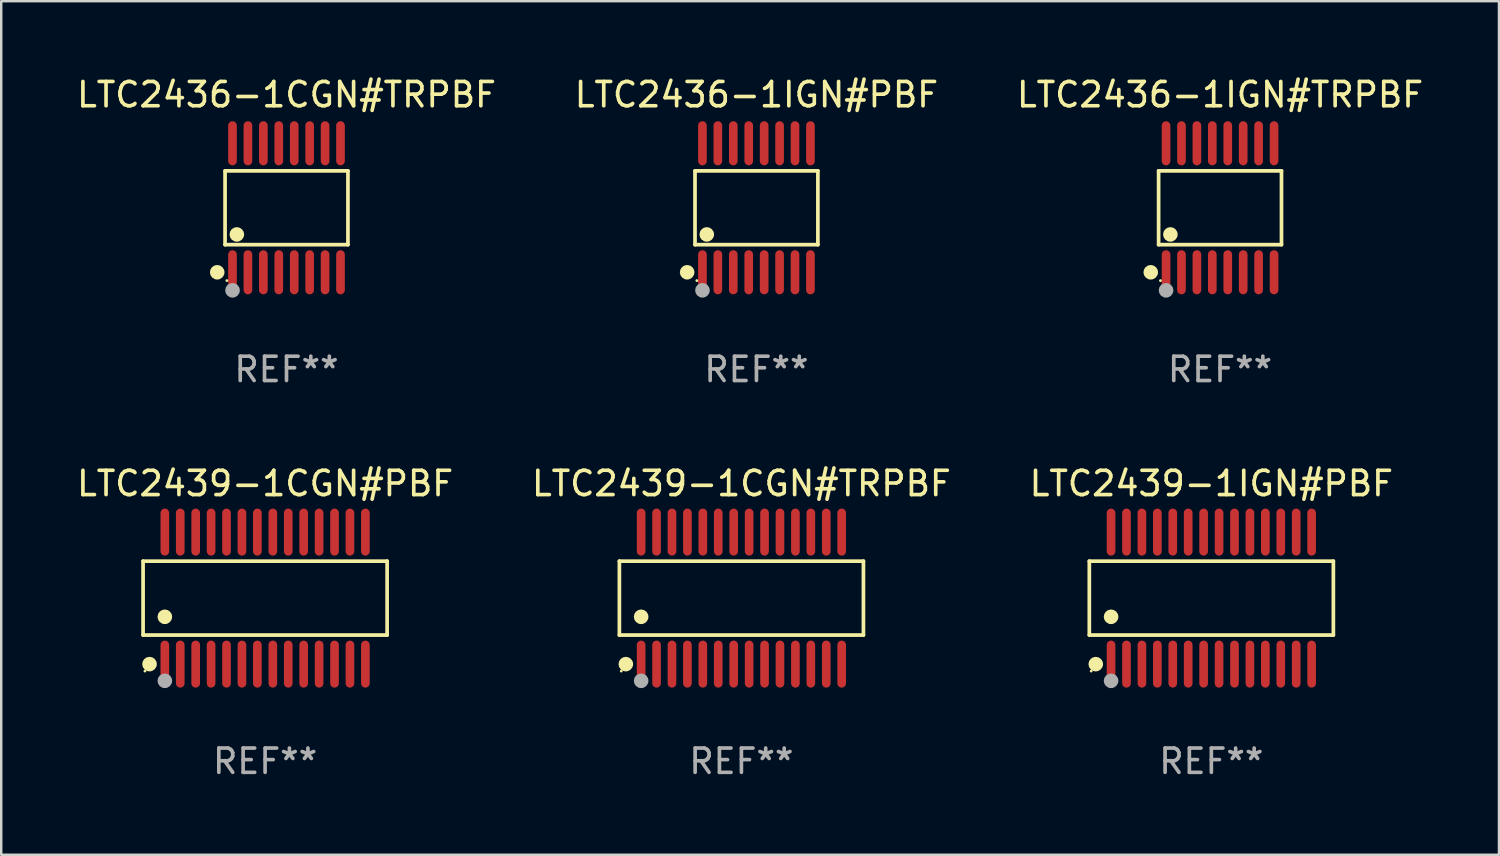
<source format=kicad_pcb>
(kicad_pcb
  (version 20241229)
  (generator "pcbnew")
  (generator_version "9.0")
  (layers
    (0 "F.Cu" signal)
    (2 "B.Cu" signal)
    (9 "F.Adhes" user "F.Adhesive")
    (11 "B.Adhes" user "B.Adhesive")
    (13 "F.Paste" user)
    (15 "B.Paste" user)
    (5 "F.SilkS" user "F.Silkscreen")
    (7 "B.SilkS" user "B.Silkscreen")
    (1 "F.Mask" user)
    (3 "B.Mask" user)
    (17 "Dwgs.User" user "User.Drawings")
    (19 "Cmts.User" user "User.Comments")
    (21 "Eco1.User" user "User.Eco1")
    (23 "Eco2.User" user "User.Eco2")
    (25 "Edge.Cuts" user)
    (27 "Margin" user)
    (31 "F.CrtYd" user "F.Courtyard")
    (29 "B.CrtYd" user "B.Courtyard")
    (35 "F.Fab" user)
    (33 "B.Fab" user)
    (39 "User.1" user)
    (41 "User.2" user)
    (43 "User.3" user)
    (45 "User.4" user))
  (footprint "LTC2439-1CGN#TRPBF"
    (layer "F.Cu")
    (at 27.47 21.571)
    (property "Reference" "LTC2439-1CGN#TRPBF" (at 0 -4.717 0) (layer "F.SilkS") (effects (font (size 1 1) (thickness 0.15))))
    (attr through_hole)
    (fp_line (start -5.023 -1.521) (end 5.023 -1.521) (stroke (width 0.152) (type solid)) (layer "F.SilkS"))
    (fp_line (start -5.023 1.521) (end -5.023 -1.521) (stroke (width 0.152) (type solid)) (layer "F.SilkS"))
    (fp_line (start 5.023 -1.521) (end 5.023 1.521) (stroke (width 0.152) (type solid)) (layer "F.SilkS"))
    (fp_line (start 5.023 1.521) (end -5.023 1.521) (stroke (width 0.152) (type solid)) (layer "F.SilkS"))
    (fp_circle (center -4.946 3.004) (end -4.916 3.004) (stroke (width 0.06) (type solid)) (fill no) (layer "F.SilkS"))
    (fp_circle (center -4.758 2.717) (end -4.608 2.717) (stroke (width 0.3) (type solid)) (fill no) (layer "F.SilkS"))
    (fp_circle (center -4.128 0.769) (end -3.977 0.769) (stroke (width 0.3) (type solid)) (fill no) (layer "F.SilkS"))
    (fp_circle (center -4.128 3.404) (end -3.977 3.404) (stroke (width 0.3) (type solid)) (fill no) (layer "F.Fab"))
    (fp_text user "REF**" (at 0 6.717 0) (layer "F.Fab") (effects (font (size 1 1) (thickness 0.15))))
    (pad "1" smd oval (at -4.128 2.717) (size 0.356 1.935) (layers "F.Cu" "F.Mask" "F.Paste"))
    (pad "2" smd oval (at -3.493 2.717) (size 0.356 1.935) (layers "F.Cu" "F.Mask" "F.Paste"))
    (pad "3" smd oval (at -2.858 2.717) (size 0.356 1.935) (layers "F.Cu" "F.Mask" "F.Paste"))
    (pad "4" smd oval (at -2.223 2.717) (size 0.356 1.935) (layers "F.Cu" "F.Mask" "F.Paste"))
    (pad "5" smd oval (at -1.588 2.717) (size 0.356 1.935) (layers "F.Cu" "F.Mask" "F.Paste"))
    (pad "6" smd oval (at -0.953 2.717) (size 0.356 1.935) (layers "F.Cu" "F.Mask" "F.Paste"))
    (pad "7" smd oval (at -0.318 2.717) (size 0.356 1.935) (layers "F.Cu" "F.Mask" "F.Paste"))
    (pad "8" smd oval (at 0.318 2.717) (size 0.356 1.935) (layers "F.Cu" "F.Mask" "F.Paste"))
    (pad "9" smd oval (at 0.953 2.717) (size 0.356 1.935) (layers "F.Cu" "F.Mask" "F.Paste"))
    (pad "10" smd oval (at 1.588 2.717) (size 0.356 1.935) (layers "F.Cu" "F.Mask" "F.Paste"))
    (pad "11" smd oval (at 2.223 2.717) (size 0.356 1.935) (layers "F.Cu" "F.Mask" "F.Paste"))
    (pad "12" smd oval (at 2.858 2.717) (size 0.356 1.935) (layers "F.Cu" "F.Mask" "F.Paste"))
    (pad "13" smd oval (at 3.493 2.717) (size 0.356 1.935) (layers "F.Cu" "F.Mask" "F.Paste"))
    (pad "14" smd oval (at 4.128 2.717) (size 0.356 1.935) (layers "F.Cu" "F.Mask" "F.Paste"))
    (pad "15" smd oval (at 4.128 -2.717) (size 0.356 1.935) (layers "F.Cu" "F.Mask" "F.Paste"))
    (pad "16" smd oval (at 3.493 -2.717) (size 0.356 1.935) (layers "F.Cu" "F.Mask" "F.Paste"))
    (pad "17" smd oval (at 2.858 -2.717) (size 0.356 1.935) (layers "F.Cu" "F.Mask" "F.Paste"))
    (pad "18" smd oval (at 2.223 -2.717) (size 0.356 1.935) (layers "F.Cu" "F.Mask" "F.Paste"))
    (pad "19" smd oval (at 1.588 -2.717) (size 0.356 1.935) (layers "F.Cu" "F.Mask" "F.Paste"))
    (pad "20" smd oval (at 0.953 -2.717) (size 0.356 1.935) (layers "F.Cu" "F.Mask" "F.Paste"))
    (pad "21" smd oval (at 0.318 -2.717) (size 0.356 1.935) (layers "F.Cu" "F.Mask" "F.Paste"))
    (pad "22" smd oval (at -0.318 -2.717) (size 0.356 1.935) (layers "F.Cu" "F.Mask" "F.Paste"))
    (pad "23" smd oval (at -0.953 -2.717) (size 0.356 1.935) (layers "F.Cu" "F.Mask" "F.Paste"))
    (pad "24" smd oval (at -1.588 -2.717) (size 0.356 1.935) (layers "F.Cu" "F.Mask" "F.Paste"))
    (pad "25" smd oval (at -2.223 -2.717) (size 0.356 1.935) (layers "F.Cu" "F.Mask" "F.Paste"))
    (pad "26" smd oval (at -2.858 -2.717) (size 0.356 1.935) (layers "F.Cu" "F.Mask" "F.Paste"))
    (pad "27" smd oval (at -3.493 -2.717) (size 0.356 1.935) (layers "F.Cu" "F.Mask" "F.Paste"))
    (pad "28" smd oval (at -4.128 -2.717) (size 0.356 1.935) (layers "F.Cu" "F.Mask" "F.Paste")))
  (footprint "LTC2439-1CGN#PBF"
    (layer "F.Cu")
    (at 7.863 21.571)
    (property "Reference" "LTC2439-1CGN#PBF" (at 0 -4.717 0) (layer "F.SilkS") (effects (font (size 1 1) (thickness 0.15))))
    (attr through_hole)
    (fp_line (start -5.023 -1.521) (end 5.023 -1.521) (stroke (width 0.152) (type solid)) (layer "F.SilkS"))
    (fp_line (start -5.023 1.521) (end -5.023 -1.521) (stroke (width 0.152) (type solid)) (layer "F.SilkS"))
    (fp_line (start 5.023 -1.521) (end 5.023 1.521) (stroke (width 0.152) (type solid)) (layer "F.SilkS"))
    (fp_line (start 5.023 1.521) (end -5.023 1.521) (stroke (width 0.152) (type solid)) (layer "F.SilkS"))
    (fp_circle (center -4.946 3.004) (end -4.916 3.004) (stroke (width 0.06) (type solid)) (fill no) (layer "F.SilkS"))
    (fp_circle (center -4.758 2.717) (end -4.608 2.717) (stroke (width 0.3) (type solid)) (fill no) (layer "F.SilkS"))
    (fp_circle (center -4.128 0.769) (end -3.977 0.769) (stroke (width 0.3) (type solid)) (fill no) (layer "F.SilkS"))
    (fp_circle (center -4.128 3.404) (end -3.977 3.404) (stroke (width 0.3) (type solid)) (fill no) (layer "F.Fab"))
    (fp_text user "REF**" (at 0 6.717 0) (layer "F.Fab") (effects (font (size 1 1) (thickness 0.15))))
    (pad "1" smd oval (at -4.128 2.717) (size 0.356 1.935) (layers "F.Cu" "F.Mask" "F.Paste"))
    (pad "2" smd oval (at -3.493 2.717) (size 0.356 1.935) (layers "F.Cu" "F.Mask" "F.Paste"))
    (pad "3" smd oval (at -2.858 2.717) (size 0.356 1.935) (layers "F.Cu" "F.Mask" "F.Paste"))
    (pad "4" smd oval (at -2.223 2.717) (size 0.356 1.935) (layers "F.Cu" "F.Mask" "F.Paste"))
    (pad "5" smd oval (at -1.588 2.717) (size 0.356 1.935) (layers "F.Cu" "F.Mask" "F.Paste"))
    (pad "6" smd oval (at -0.953 2.717) (size 0.356 1.935) (layers "F.Cu" "F.Mask" "F.Paste"))
    (pad "7" smd oval (at -0.318 2.717) (size 0.356 1.935) (layers "F.Cu" "F.Mask" "F.Paste"))
    (pad "8" smd oval (at 0.318 2.717) (size 0.356 1.935) (layers "F.Cu" "F.Mask" "F.Paste"))
    (pad "9" smd oval (at 0.953 2.717) (size 0.356 1.935) (layers "F.Cu" "F.Mask" "F.Paste"))
    (pad "10" smd oval (at 1.588 2.717) (size 0.356 1.935) (layers "F.Cu" "F.Mask" "F.Paste"))
    (pad "11" smd oval (at 2.223 2.717) (size 0.356 1.935) (layers "F.Cu" "F.Mask" "F.Paste"))
    (pad "12" smd oval (at 2.858 2.717) (size 0.356 1.935) (layers "F.Cu" "F.Mask" "F.Paste"))
    (pad "13" smd oval (at 3.493 2.717) (size 0.356 1.935) (layers "F.Cu" "F.Mask" "F.Paste"))
    (pad "14" smd oval (at 4.128 2.717) (size 0.356 1.935) (layers "F.Cu" "F.Mask" "F.Paste"))
    (pad "15" smd oval (at 4.128 -2.717) (size 0.356 1.935) (layers "F.Cu" "F.Mask" "F.Paste"))
    (pad "16" smd oval (at 3.493 -2.717) (size 0.356 1.935) (layers "F.Cu" "F.Mask" "F.Paste"))
    (pad "17" smd oval (at 2.858 -2.717) (size 0.356 1.935) (layers "F.Cu" "F.Mask" "F.Paste"))
    (pad "18" smd oval (at 2.223 -2.717) (size 0.356 1.935) (layers "F.Cu" "F.Mask" "F.Paste"))
    (pad "19" smd oval (at 1.588 -2.717) (size 0.356 1.935) (layers "F.Cu" "F.Mask" "F.Paste"))
    (pad "20" smd oval (at 0.953 -2.717) (size 0.356 1.935) (layers "F.Cu" "F.Mask" "F.Paste"))
    (pad "21" smd oval (at 0.318 -2.717) (size 0.356 1.935) (layers "F.Cu" "F.Mask" "F.Paste"))
    (pad "22" smd oval (at -0.318 -2.717) (size 0.356 1.935) (layers "F.Cu" "F.Mask" "F.Paste"))
    (pad "23" smd oval (at -0.953 -2.717) (size 0.356 1.935) (layers "F.Cu" "F.Mask" "F.Paste"))
    (pad "24" smd oval (at -1.588 -2.717) (size 0.356 1.935) (layers "F.Cu" "F.Mask" "F.Paste"))
    (pad "25" smd oval (at -2.223 -2.717) (size 0.356 1.935) (layers "F.Cu" "F.Mask" "F.Paste"))
    (pad "26" smd oval (at -2.858 -2.717) (size 0.356 1.935) (layers "F.Cu" "F.Mask" "F.Paste"))
    (pad "27" smd oval (at -3.493 -2.717) (size 0.356 1.935) (layers "F.Cu" "F.Mask" "F.Paste"))
    (pad "28" smd oval (at -4.128 -2.717) (size 0.356 1.935) (layers "F.Cu" "F.Mask" "F.Paste")))
  (footprint "LTC2436-1IGN#PBF"
    (layer "F.Cu")
    (at 28.089 5.503)
    (property "Reference" "LTC2436-1IGN#PBF" (at 0 -4.655 0) (layer "F.SilkS") (effects (font (size 1 1) (thickness 0.15))))
    (attr through_hole)
    (fp_line (start -2.529 -1.519) (end 2.529 -1.519) (stroke (width 0.152) (type solid)) (layer "F.SilkS"))
    (fp_line (start -2.529 1.519) (end -2.529 -1.519) (stroke (width 0.152) (type solid)) (layer "F.SilkS"))
    (fp_line (start 2.529 -1.519) (end 2.529 1.519) (stroke (width 0.152) (type solid)) (layer "F.SilkS"))
    (fp_line (start 2.529 1.519) (end -2.529 1.519) (stroke (width 0.152) (type solid)) (layer "F.SilkS"))
    (fp_circle (center -2.853 2.655) (end -2.703 2.655) (stroke (width 0.3) (type solid)) (fill no) (layer "F.SilkS"))
    (fp_circle (center -2.453 2.998) (end -2.423 2.998) (stroke (width 0.06) (type solid)) (fill no) (layer "F.SilkS"))
    (fp_circle (center -2.045 1.097) (end -1.895 1.097) (stroke (width 0.3) (type solid)) (fill no) (layer "F.SilkS"))
    (fp_circle (center -2.223 3.398) (end -2.072 3.398) (stroke (width 0.3) (type solid)) (fill no) (layer "F.Fab"))
    (fp_text user "REF**" (at 0 6.655 0) (layer "F.Fab") (effects (font (size 1 1) (thickness 0.15))))
    (pad "1" smd oval (at -2.223 2.655) (size 0.356 1.815) (layers "F.Cu" "F.Mask" "F.Paste"))
    (pad "2" smd oval (at -1.588 2.655) (size 0.356 1.815) (layers "F.Cu" "F.Mask" "F.Paste"))
    (pad "3" smd oval (at -0.953 2.655) (size 0.356 1.815) (layers "F.Cu" "F.Mask" "F.Paste"))
    (pad "4" smd oval (at -0.318 2.655) (size 0.356 1.815) (layers "F.Cu" "F.Mask" "F.Paste"))
    (pad "5" smd oval (at 0.318 2.655) (size 0.356 1.815) (layers "F.Cu" "F.Mask" "F.Paste"))
    (pad "6" smd oval (at 0.953 2.655) (size 0.356 1.815) (layers "F.Cu" "F.Mask" "F.Paste"))
    (pad "7" smd oval (at 1.588 2.655) (size 0.356 1.815) (layers "F.Cu" "F.Mask" "F.Paste"))
    (pad "8" smd oval (at 2.223 2.655) (size 0.356 1.815) (layers "F.Cu" "F.Mask" "F.Paste"))
    (pad "9" smd oval (at 2.223 -2.655) (size 0.356 1.815) (layers "F.Cu" "F.Mask" "F.Paste"))
    (pad "10" smd oval (at 1.588 -2.655) (size 0.356 1.815) (layers "F.Cu" "F.Mask" "F.Paste"))
    (pad "11" smd oval (at 0.953 -2.655) (size 0.356 1.815) (layers "F.Cu" "F.Mask" "F.Paste"))
    (pad "12" smd oval (at 0.318 -2.655) (size 0.356 1.815) (layers "F.Cu" "F.Mask" "F.Paste"))
    (pad "13" smd oval (at -0.318 -2.655) (size 0.356 1.815) (layers "F.Cu" "F.Mask" "F.Paste"))
    (pad "14" smd oval (at -0.953 -2.655) (size 0.356 1.815) (layers "F.Cu" "F.Mask" "F.Paste"))
    (pad "15" smd oval (at -1.588 -2.655) (size 0.356 1.815) (layers "F.Cu" "F.Mask" "F.Paste"))
    (pad "16" smd oval (at -2.223 -2.655) (size 0.356 1.815) (layers "F.Cu" "F.Mask" "F.Paste")))
  (footprint "LTC2439-1IGN#PBF"
    (layer "F.Cu")
    (at 46.815 21.571)
    (property "Reference" "LTC2439-1IGN#PBF" (at 0 -4.717 0) (layer "F.SilkS") (effects (font (size 1 1) (thickness 0.15))))
    (attr through_hole)
    (fp_line (start -5.023 -1.521) (end 5.023 -1.521) (stroke (width 0.152) (type solid)) (layer "F.SilkS"))
    (fp_line (start -5.023 1.521) (end -5.023 -1.521) (stroke (width 0.152) (type solid)) (layer "F.SilkS"))
    (fp_line (start 5.023 -1.521) (end 5.023 1.521) (stroke (width 0.152) (type solid)) (layer "F.SilkS"))
    (fp_line (start 5.023 1.521) (end -5.023 1.521) (stroke (width 0.152) (type solid)) (layer "F.SilkS"))
    (fp_circle (center -4.946 3.004) (end -4.916 3.004) (stroke (width 0.06) (type solid)) (fill no) (layer "F.SilkS"))
    (fp_circle (center -4.758 2.717) (end -4.608 2.717) (stroke (width 0.3) (type solid)) (fill no) (layer "F.SilkS"))
    (fp_circle (center -4.128 0.769) (end -3.977 0.769) (stroke (width 0.3) (type solid)) (fill no) (layer "F.SilkS"))
    (fp_circle (center -4.128 3.404) (end -3.977 3.404) (stroke (width 0.3) (type solid)) (fill no) (layer "F.Fab"))
    (fp_text user "REF**" (at 0 6.717 0) (layer "F.Fab") (effects (font (size 1 1) (thickness 0.15))))
    (pad "1" smd oval (at -4.128 2.717) (size 0.356 1.935) (layers "F.Cu" "F.Mask" "F.Paste"))
    (pad "2" smd oval (at -3.493 2.717) (size 0.356 1.935) (layers "F.Cu" "F.Mask" "F.Paste"))
    (pad "3" smd oval (at -2.858 2.717) (size 0.356 1.935) (layers "F.Cu" "F.Mask" "F.Paste"))
    (pad "4" smd oval (at -2.223 2.717) (size 0.356 1.935) (layers "F.Cu" "F.Mask" "F.Paste"))
    (pad "5" smd oval (at -1.588 2.717) (size 0.356 1.935) (layers "F.Cu" "F.Mask" "F.Paste"))
    (pad "6" smd oval (at -0.953 2.717) (size 0.356 1.935) (layers "F.Cu" "F.Mask" "F.Paste"))
    (pad "7" smd oval (at -0.318 2.717) (size 0.356 1.935) (layers "F.Cu" "F.Mask" "F.Paste"))
    (pad "8" smd oval (at 0.318 2.717) (size 0.356 1.935) (layers "F.Cu" "F.Mask" "F.Paste"))
    (pad "9" smd oval (at 0.953 2.717) (size 0.356 1.935) (layers "F.Cu" "F.Mask" "F.Paste"))
    (pad "10" smd oval (at 1.588 2.717) (size 0.356 1.935) (layers "F.Cu" "F.Mask" "F.Paste"))
    (pad "11" smd oval (at 2.223 2.717) (size 0.356 1.935) (layers "F.Cu" "F.Mask" "F.Paste"))
    (pad "12" smd oval (at 2.858 2.717) (size 0.356 1.935) (layers "F.Cu" "F.Mask" "F.Paste"))
    (pad "13" smd oval (at 3.493 2.717) (size 0.356 1.935) (layers "F.Cu" "F.Mask" "F.Paste"))
    (pad "14" smd oval (at 4.128 2.717) (size 0.356 1.935) (layers "F.Cu" "F.Mask" "F.Paste"))
    (pad "15" smd oval (at 4.128 -2.717) (size 0.356 1.935) (layers "F.Cu" "F.Mask" "F.Paste"))
    (pad "16" smd oval (at 3.493 -2.717) (size 0.356 1.935) (layers "F.Cu" "F.Mask" "F.Paste"))
    (pad "17" smd oval (at 2.858 -2.717) (size 0.356 1.935) (layers "F.Cu" "F.Mask" "F.Paste"))
    (pad "18" smd oval (at 2.223 -2.717) (size 0.356 1.935) (layers "F.Cu" "F.Mask" "F.Paste"))
    (pad "19" smd oval (at 1.588 -2.717) (size 0.356 1.935) (layers "F.Cu" "F.Mask" "F.Paste"))
    (pad "20" smd oval (at 0.953 -2.717) (size 0.356 1.935) (layers "F.Cu" "F.Mask" "F.Paste"))
    (pad "21" smd oval (at 0.318 -2.717) (size 0.356 1.935) (layers "F.Cu" "F.Mask" "F.Paste"))
    (pad "22" smd oval (at -0.318 -2.717) (size 0.356 1.935) (layers "F.Cu" "F.Mask" "F.Paste"))
    (pad "23" smd oval (at -0.953 -2.717) (size 0.356 1.935) (layers "F.Cu" "F.Mask" "F.Paste"))
    (pad "24" smd oval (at -1.588 -2.717) (size 0.356 1.935) (layers "F.Cu" "F.Mask" "F.Paste"))
    (pad "25" smd oval (at -2.223 -2.717) (size 0.356 1.935) (layers "F.Cu" "F.Mask" "F.Paste"))
    (pad "26" smd oval (at -2.858 -2.717) (size 0.356 1.935) (layers "F.Cu" "F.Mask" "F.Paste"))
    (pad "27" smd oval (at -3.493 -2.717) (size 0.356 1.935) (layers "F.Cu" "F.Mask" "F.Paste"))
    (pad "28" smd oval (at -4.128 -2.717) (size 0.356 1.935) (layers "F.Cu" "F.Mask" "F.Paste")))
  (footprint "LTC2436-1CGN#TRPBF"
    (layer "F.Cu")
    (at 8.744 5.503)
    (property "Reference" "LTC2436-1CGN#TRPBF" (at 0 -4.655 0) (layer "F.SilkS") (effects (font (size 1 1) (thickness 0.15))))
    (attr through_hole)
    (fp_line (start -2.529 -1.519) (end 2.529 -1.519) (stroke (width 0.152) (type solid)) (layer "F.SilkS"))
    (fp_line (start -2.529 1.519) (end -2.529 -1.519) (stroke (width 0.152) (type solid)) (layer "F.SilkS"))
    (fp_line (start 2.529 -1.519) (end 2.529 1.519) (stroke (width 0.152) (type solid)) (layer "F.SilkS"))
    (fp_line (start 2.529 1.519) (end -2.529 1.519) (stroke (width 0.152) (type solid)) (layer "F.SilkS"))
    (fp_circle (center -2.853 2.655) (end -2.703 2.655) (stroke (width 0.3) (type solid)) (fill no) (layer "F.SilkS"))
    (fp_circle (center -2.453 2.998) (end -2.423 2.998) (stroke (width 0.06) (type solid)) (fill no) (layer "F.SilkS"))
    (fp_circle (center -2.045 1.097) (end -1.895 1.097) (stroke (width 0.3) (type solid)) (fill no) (layer "F.SilkS"))
    (fp_circle (center -2.223 3.398) (end -2.072 3.398) (stroke (width 0.3) (type solid)) (fill no) (layer "F.Fab"))
    (fp_text user "REF**" (at 0 6.655 0) (layer "F.Fab") (effects (font (size 1 1) (thickness 0.15))))
    (pad "1" smd oval (at -2.223 2.655) (size 0.356 1.815) (layers "F.Cu" "F.Mask" "F.Paste"))
    (pad "2" smd oval (at -1.588 2.655) (size 0.356 1.815) (layers "F.Cu" "F.Mask" "F.Paste"))
    (pad "3" smd oval (at -0.953 2.655) (size 0.356 1.815) (layers "F.Cu" "F.Mask" "F.Paste"))
    (pad "4" smd oval (at -0.318 2.655) (size 0.356 1.815) (layers "F.Cu" "F.Mask" "F.Paste"))
    (pad "5" smd oval (at 0.318 2.655) (size 0.356 1.815) (layers "F.Cu" "F.Mask" "F.Paste"))
    (pad "6" smd oval (at 0.953 2.655) (size 0.356 1.815) (layers "F.Cu" "F.Mask" "F.Paste"))
    (pad "7" smd oval (at 1.588 2.655) (size 0.356 1.815) (layers "F.Cu" "F.Mask" "F.Paste"))
    (pad "8" smd oval (at 2.223 2.655) (size 0.356 1.815) (layers "F.Cu" "F.Mask" "F.Paste"))
    (pad "9" smd oval (at 2.223 -2.655) (size 0.356 1.815) (layers "F.Cu" "F.Mask" "F.Paste"))
    (pad "10" smd oval (at 1.588 -2.655) (size 0.356 1.815) (layers "F.Cu" "F.Mask" "F.Paste"))
    (pad "11" smd oval (at 0.953 -2.655) (size 0.356 1.815) (layers "F.Cu" "F.Mask" "F.Paste"))
    (pad "12" smd oval (at 0.318 -2.655) (size 0.356 1.815) (layers "F.Cu" "F.Mask" "F.Paste"))
    (pad "13" smd oval (at -0.318 -2.655) (size 0.356 1.815) (layers "F.Cu" "F.Mask" "F.Paste"))
    (pad "14" smd oval (at -0.953 -2.655) (size 0.356 1.815) (layers "F.Cu" "F.Mask" "F.Paste"))
    (pad "15" smd oval (at -1.588 -2.655) (size 0.356 1.815) (layers "F.Cu" "F.Mask" "F.Paste"))
    (pad "16" smd oval (at -2.223 -2.655) (size 0.356 1.815) (layers "F.Cu" "F.Mask" "F.Paste")))
  (footprint "LTC2436-1IGN#TRPBF"
    (layer "F.Cu")
    (at 47.173 5.503)
    (property "Reference" "LTC2436-1IGN#TRPBF" (at 0 -4.655 0) (layer "F.SilkS") (effects (font (size 1 1) (thickness 0.15))))
    (attr through_hole)
    (fp_line (start -2.529 -1.519) (end 2.529 -1.519) (stroke (width 0.152) (type solid)) (layer "F.SilkS"))
    (fp_line (start -2.529 1.519) (end -2.529 -1.519) (stroke (width 0.152) (type solid)) (layer "F.SilkS"))
    (fp_line (start 2.529 -1.519) (end 2.529 1.519) (stroke (width 0.152) (type solid)) (layer "F.SilkS"))
    (fp_line (start 2.529 1.519) (end -2.529 1.519) (stroke (width 0.152) (type solid)) (layer "F.SilkS"))
    (fp_circle (center -2.853 2.655) (end -2.703 2.655) (stroke (width 0.3) (type solid)) (fill no) (layer "F.SilkS"))
    (fp_circle (center -2.453 2.998) (end -2.423 2.998) (stroke (width 0.06) (type solid)) (fill no) (layer "F.SilkS"))
    (fp_circle (center -2.045 1.097) (end -1.895 1.097) (stroke (width 0.3) (type solid)) (fill no) (layer "F.SilkS"))
    (fp_circle (center -2.223 3.398) (end -2.072 3.398) (stroke (width 0.3) (type solid)) (fill no) (layer "F.Fab"))
    (fp_text user "REF**" (at 0 6.655 0) (layer "F.Fab") (effects (font (size 1 1) (thickness 0.15))))
    (pad "1" smd oval (at -2.223 2.655) (size 0.356 1.815) (layers "F.Cu" "F.Mask" "F.Paste"))
    (pad "2" smd oval (at -1.588 2.655) (size 0.356 1.815) (layers "F.Cu" "F.Mask" "F.Paste"))
    (pad "3" smd oval (at -0.953 2.655) (size 0.356 1.815) (layers "F.Cu" "F.Mask" "F.Paste"))
    (pad "4" smd oval (at -0.318 2.655) (size 0.356 1.815) (layers "F.Cu" "F.Mask" "F.Paste"))
    (pad "5" smd oval (at 0.318 2.655) (size 0.356 1.815) (layers "F.Cu" "F.Mask" "F.Paste"))
    (pad "6" smd oval (at 0.953 2.655) (size 0.356 1.815) (layers "F.Cu" "F.Mask" "F.Paste"))
    (pad "7" smd oval (at 1.588 2.655) (size 0.356 1.815) (layers "F.Cu" "F.Mask" "F.Paste"))
    (pad "8" smd oval (at 2.223 2.655) (size 0.356 1.815) (layers "F.Cu" "F.Mask" "F.Paste"))
    (pad "9" smd oval (at 2.223 -2.655) (size 0.356 1.815) (layers "F.Cu" "F.Mask" "F.Paste"))
    (pad "10" smd oval (at 1.588 -2.655) (size 0.356 1.815) (layers "F.Cu" "F.Mask" "F.Paste"))
    (pad "11" smd oval (at 0.953 -2.655) (size 0.356 1.815) (layers "F.Cu" "F.Mask" "F.Paste"))
    (pad "12" smd oval (at 0.318 -2.655) (size 0.356 1.815) (layers "F.Cu" "F.Mask" "F.Paste"))
    (pad "13" smd oval (at -0.318 -2.655) (size 0.356 1.815) (layers "F.Cu" "F.Mask" "F.Paste"))
    (pad "14" smd oval (at -0.953 -2.655) (size 0.356 1.815) (layers "F.Cu" "F.Mask" "F.Paste"))
    (pad "15" smd oval (at -1.588 -2.655) (size 0.356 1.815) (layers "F.Cu" "F.Mask" "F.Paste"))
    (pad "16" smd oval (at -2.223 -2.655) (size 0.356 1.815) (layers "F.Cu" "F.Mask" "F.Paste")))
  (gr_rect
    (start -3 -3)
    (end 58.655 32.137)
    (stroke (width 0.1) (type default))
    (fill no)
    (layer "Edge.Cuts")))
</source>
